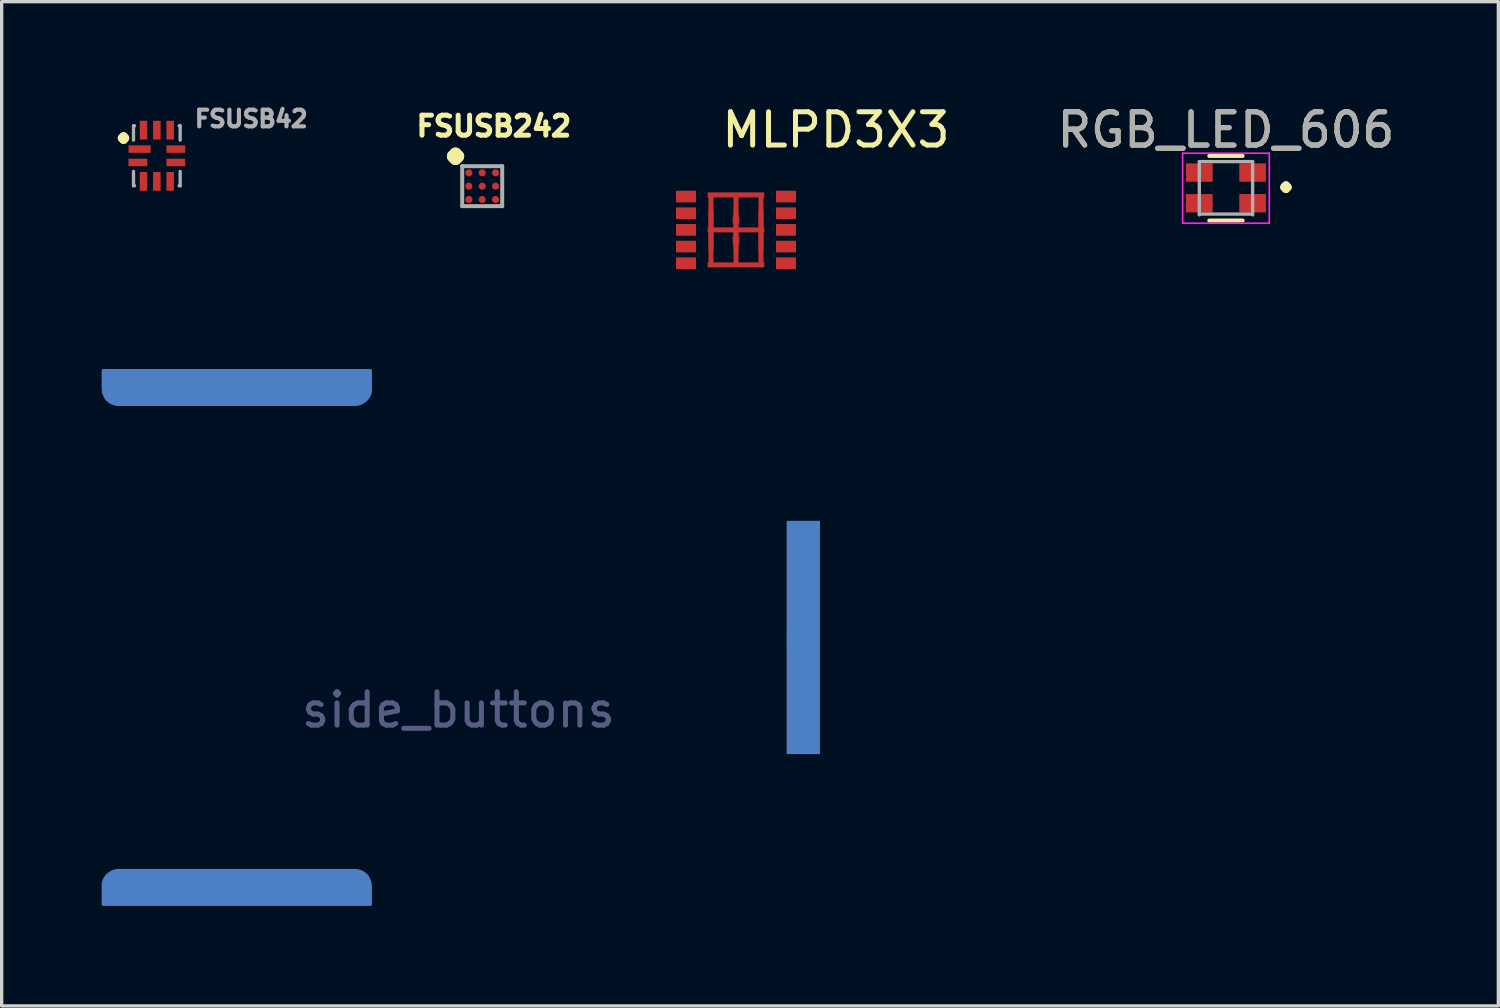
<source format=kicad_pcb>
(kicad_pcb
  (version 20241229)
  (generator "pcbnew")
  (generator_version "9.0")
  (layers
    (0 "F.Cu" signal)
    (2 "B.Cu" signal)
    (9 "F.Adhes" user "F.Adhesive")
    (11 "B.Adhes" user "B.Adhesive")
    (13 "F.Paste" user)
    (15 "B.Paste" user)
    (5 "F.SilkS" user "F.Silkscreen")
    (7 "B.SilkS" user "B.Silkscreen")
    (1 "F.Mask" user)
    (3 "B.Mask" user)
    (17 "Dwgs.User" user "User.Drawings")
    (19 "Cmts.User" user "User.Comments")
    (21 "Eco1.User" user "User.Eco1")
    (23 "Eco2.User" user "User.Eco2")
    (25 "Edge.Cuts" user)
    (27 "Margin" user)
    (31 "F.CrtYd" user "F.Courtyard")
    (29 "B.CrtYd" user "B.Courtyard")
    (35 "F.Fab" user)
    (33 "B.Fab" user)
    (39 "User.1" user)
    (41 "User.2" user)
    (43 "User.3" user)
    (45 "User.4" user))
  (footprint "FSUSB42"
    (layer "F.Cu")
    (at 1.656 1.624)
    (property "Reference" "FSUSB42" (at 2.832 -1.108 0) (layer "F.Fab") (effects (font (size 0.5 0.5) (thickness 0.125))))
    (attr smd)
    (fp_line (start -0.7 -0.9) (end -0.7 -0.47) (stroke (width 0.1) (type solid)) (layer "F.Fab"))
    (fp_line (start -0.7 0.47) (end -0.7 0.9) (stroke (width 0.1) (type solid)) (layer "F.Fab"))
    (fp_line (start -0.7 0.9) (end -0.67 0.9) (stroke (width 0.1) (type solid)) (layer "F.Fab"))
    (fp_line (start -0.67 -0.9) (end -0.7 -0.9) (stroke (width 0.1) (type solid)) (layer "F.Fab"))
    (fp_line (start 0.67 0.9) (end 0.7 0.9) (stroke (width 0.1) (type solid)) (layer "F.Fab"))
    (fp_line (start 0.7 -0.9) (end 0.67 -0.9) (stroke (width 0.1) (type solid)) (layer "F.Fab"))
    (fp_line (start 0.7 -0.47) (end 0.7 -0.9) (stroke (width 0.1) (type solid)) (layer "F.Fab"))
    (fp_line (start 0.7 0.9) (end 0.7 0.47) (stroke (width 0.1) (type solid)) (layer "F.Fab"))
    (fp_text user "·" (at -1 -0.6 0) (layer "F.SilkS") (effects (font (size 1 1) (thickness 0.25))))
    (pad "1" smd rect (at -0.518 -0.2 180) (size 0.663 0.225) (layers "F.Cu" "F.Mask" "F.Paste"))
    (pad "2" smd rect (at -0.569 0.2 180) (size 0.563 0.225) (layers "F.Cu" "F.Mask" "F.Paste"))
    (pad "3" smd rect (at -0.4 0.768 90) (size 0.563 0.225) (layers "F.Cu" "F.Mask" "F.Paste"))
    (pad "4" smd rect (at 0 0.768 90) (size 0.563 0.225) (layers "F.Cu" "F.Mask" "F.Paste"))
    (pad "5" smd rect (at 0.4 0.768 90) (size 0.563 0.225) (layers "F.Cu" "F.Mask" "F.Paste"))
    (pad "6" smd rect (at 0.569 0.2 180) (size 0.563 0.225) (layers "F.Cu" "F.Mask" "F.Paste"))
    (pad "7" smd rect (at 0.569 -0.2 180) (size 0.563 0.225) (layers "F.Cu" "F.Mask" "F.Paste"))
    (pad "8" smd rect (at 0.4 -0.768 90) (size 0.563 0.225) (layers "F.Cu" "F.Mask" "F.Paste"))
    (pad "9" smd rect (at 0 -0.768 90) (size 0.563 0.225) (layers "F.Cu" "F.Mask" "F.Paste"))
    (pad "10" smd rect (at -0.4 -0.768 90) (size 0.563 0.225) (layers "F.Cu" "F.Mask" "F.Paste")))
  (footprint "RGB_LED_606"
    (layer "F.Cu")
    (at 33.736 2.598)
    (property "Reference" "RGB_LED_606" (at 0 -1.75 0) (layer "F.SilkS") (effects (font (size 1 1) (thickness 0.15))))
    (attr smd)
    (fp_line (start 0.5 -0.97) (end -0.5 -0.97) (stroke (width 0.12) (type solid)) (layer "F.SilkS"))
    (fp_line (start 0.5 0.97) (end -0.5 0.97) (stroke (width 0.12) (type solid)) (layer "F.SilkS"))
    (fp_line (start -1.3 -1.05) (end -1.3 1.05) (stroke (width 0.05) (type solid)) (layer "F.CrtYd"))
    (fp_line (start -1.3 -1.05) (end 1.3 -1.05) (stroke (width 0.05) (type solid)) (layer "F.CrtYd"))
    (fp_line (start 1.3 1.05) (end -1.3 1.05) (stroke (width 0.05) (type solid)) (layer "F.CrtYd"))
    (fp_line (start 1.3 1.05) (end 1.3 -1.05) (stroke (width 0.05) (type solid)) (layer "F.CrtYd"))
    (fp_line (start -0.8 -0.8) (end 0.8 -0.8) (stroke (width 0.1) (type solid)) (layer "F.Fab"))
    (fp_line (start -0.8 0.8) (end -0.8 -0.8) (stroke (width 0.1) (type solid)) (layer "F.Fab"))
    (fp_line (start 0.8 -0.8) (end 0.8 0.8) (stroke (width 0.1) (type solid)) (layer "F.Fab"))
    (fp_line (start 0.8 0.775) (end -0.8 0.775) (stroke (width 0.1) (type solid)) (layer "F.Fab"))
    (fp_text user "·" (at 1.8 -0.1 0) (layer "F.SilkS") (effects (font (size 1 1) (thickness 0.25))))
    (fp_text user "${REFERENCE}" (at 0 -1.75 0) (layer "F.Fab") (effects (font (size 1 1) (thickness 0.15))))
    (pad "1" smd rect (at -0.8 0.45) (size 0.8 0.55) (layers "F.Cu" "F.Mask" "F.Paste"))
    (pad "2" smd rect (at -0.8 -0.47) (size 0.8 0.55) (layers "F.Cu" "F.Mask" "F.Paste"))
    (pad "3" smd rect (at 0.8 -0.47) (size 0.8 0.55) (layers "F.Cu" "F.Mask" "F.Paste"))
    (pad "4" smd rect (at 0.8 0.45) (size 0.8 0.55) (layers "F.Cu" "F.Mask" "F.Paste")))
  (footprint "FSUSB242"
    (layer "F.Cu")
    (at 10.619 3.336)
    (property "Reference" "FSUSB242" (at 1.15 -2.6 0) (layer "F.SilkS") (effects (font (size 0.6 0.6) (thickness 0.15))))
    (attr through_hole)
    (fp_line (start 0.2 -1.4) (end 1.4 -1.4) (stroke (width 0.12) (type solid)) (layer "F.Fab"))
    (fp_line (start 0.2 -0.2) (end 0.2 -1.4) (stroke (width 0.12) (type solid)) (layer "F.Fab"))
    (fp_line (start 1.4 -1.4) (end 1.4 -0.2) (stroke (width 0.12) (type solid)) (layer "F.Fab"))
    (fp_line (start 1.4 -0.2) (end 0.2 -0.2) (stroke (width 0.12) (type solid)) (layer "F.Fab"))
    (fp_text user "·" (at 0 -1.8 0) (layer "F.SilkS") (effects (font (size 1.5 1.5) (thickness 0.375))))
    (pad "A1" smd circle (at 0.4 -1.2) (size 0.215 0.215) (layers "F.Cu" "F.Mask" "F.Paste"))
    (pad "A2" smd circle (at 0.8 -1.2) (size 0.215 0.215) (layers "F.Cu" "F.Mask" "F.Paste"))
    (pad "A3" smd circle (at 1.2 -1.2) (size 0.215 0.215) (layers "F.Cu" "F.Mask" "F.Paste"))
    (pad "B1" smd circle (at 0.4 -0.8) (size 0.215 0.215) (layers "F.Cu" "F.Mask" "F.Paste"))
    (pad "B2" smd circle (at 0.8 -0.8) (size 0.215 0.215) (layers "F.Cu" "F.Mask" "F.Paste"))
    (pad "B3" smd circle (at 1.2 -0.8) (size 0.215 0.215) (layers "F.Cu" "F.Mask" "F.Paste"))
    (pad "C1" smd circle (at 0.4 -0.4) (size 0.215 0.215) (layers "F.Cu" "F.Mask" "F.Paste"))
    (pad "C2" smd circle (at 0.8 -0.4) (size 0.215 0.215) (layers "F.Cu" "F.Mask" "F.Paste"))
    (pad "C3" smd circle (at 1.2 -0.4) (size 0.215 0.215) (layers "F.Cu" "F.Mask" "F.Paste")))
  (footprint "MLPD3X3"
    (layer "F.Cu")
    (at 17.534 2.848)
    (property "Reference" "MLPD3X3" (at 4.5 -2 0) (layer "F.SilkS") (effects (font (size 1 1) (thickness 0.15))))
    (attr through_hole)
    (pad "1" smd rect (at 0 0) (size 0.6 0.35) (layers "F.Cu" "F.Mask" "F.Paste"))
    (pad "2" smd rect (at 0 0.5) (size 0.6 0.35) (layers "F.Cu" "F.Mask" "F.Paste"))
    (pad "3" smd rect (at 0 1) (size 0.6 0.35) (layers "F.Cu" "F.Mask" "F.Paste"))
    (pad "4" smd rect (at 0 1.5) (size 0.6 0.35) (layers "F.Cu" "F.Mask" "F.Paste"))
    (pad "5" smd rect (at 0 2) (size 0.6 0.35) (layers "F.Cu" "F.Mask" "F.Paste"))
    (pad "6" smd rect (at 3 2) (size 0.6 0.35) (layers "F.Cu" "F.Mask" "F.Paste"))
    (pad "7" smd rect (at 3 1.5) (size 0.6 0.35) (layers "F.Cu" "F.Mask" "F.Paste"))
    (pad "8" smd rect (at 3 1) (size 0.6 0.35) (layers "F.Cu" "F.Mask" "F.Paste"))
    (pad "9" smd rect (at 3 0.5) (size 0.6 0.35) (layers "F.Cu" "F.Mask" "F.Paste"))
    (pad "10" smd rect (at 3 0) (size 0.6 0.35) (layers "F.Cu" "F.Mask" "F.Paste"))
    (pad "EXP" smd rect (at 0.75 0.75 180) (size 0.15 1.7) (layers "F.Cu" "F.Mask" "F.Paste"))
    (pad "EXP" smd rect (at 0.75 1.25 180) (size 0.15 1.7) (layers "F.Cu" "F.Mask" "F.Paste"))
    (pad "EXP" smd rect (at 1.5 -0.05 90) (size 0.15 1.7) (layers "F.Cu" "F.Mask" "F.Paste"))
    (pad "EXP" smd rect (at 1.5 0.7) (size 0.2 0.2) (layers "F.Cu" "F.Mask" "F.Paste"))
    (pad "EXP" smd rect (at 1.5 0.75 180) (size 0.15 1.7) (layers "F.Cu" "F.Mask" "F.Paste"))
    (pad "EXP" smd rect (at 1.5 1 90) (size 0.15 1.7) (layers "F.Cu" "F.Mask" "F.Paste"))
    (pad "EXP" smd rect (at 1.5 1.25 180) (size 0.15 1.7) (layers "F.Cu" "F.Mask" "F.Paste"))
    (pad "EXP" smd rect (at 1.5 1.3) (size 0.2 0.2) (layers "F.Cu" "F.Mask" "F.Paste"))
    (pad "EXP" smd rect (at 1.5 2.05 90) (size 0.15 1.7) (layers "F.Cu" "F.Mask" "F.Paste"))
    (pad "EXP" smd rect (at 2.25 0.75 180) (size 0.15 1.7) (layers "F.Cu" "F.Mask" "F.Paste"))
    (pad "EXP" smd rect (at 2.25 1.25 180) (size 0.15 1.7) (layers "F.Cu" "F.Mask" "F.Paste")))
  (footprint "side_buttons"
    (layer "F.Cu")
    (at 21.08 16.503)
    (property "Reference" "side_buttons" (at -10.375 1.75 0) (layer "B.Fab") (effects (font (size 1 1) (thickness 0.15))))
    (attr through_hole)
    (fp_poly (pts (xy -21.03 6.95) (xy -21.02 6.91) (xy -21 6.85) (xy -20.97 6.8) (xy -20.93 6.74) (xy -20.89 6.7) (xy -20.84 6.66) (xy -20.77 6.62) (xy -20.71 6.59) (xy -20.66 6.58) (xy -20.6 6.57) (xy -13.46 6.57) (xy -13.39 6.58) (xy -13.32 6.6) (xy -13.27 6.62) (xy -13.22 6.65) (xy -13.18 6.68) (xy -13.11 6.75) (xy -13.06 6.85) (xy -13.03 6.93) (xy -13.02 7.07) (xy -13.02 7.58) (xy -21.03 7.58)) (stroke (width 0.1) (type solid)) (fill yes) (layer "B.Cu"))
    (fp_poly (pts (xy -13.02 -7.8) (xy -13.03 -7.76) (xy -13.05 -7.7) (xy -13.08 -7.65) (xy -13.12 -7.59) (xy -13.16 -7.55) (xy -13.21 -7.51) (xy -13.28 -7.47) (xy -13.34 -7.44) (xy -13.39 -7.43) (xy -13.45 -7.42) (xy -20.59 -7.42) (xy -20.66 -7.43) (xy -20.73 -7.45) (xy -20.78 -7.47) (xy -20.83 -7.5) (xy -20.87 -7.53) (xy -20.94 -7.6) (xy -20.99 -7.7) (xy -21.02 -7.78) (xy -21.03 -7.92) (xy -21.03 -8.43) (xy -13.02 -8.43)) (stroke (width 0.1) (type solid)) (fill yes) (layer "B.Cu"))
    (fp_poly (pts (xy -21.03 6.95) (xy -21.02 6.91) (xy -21 6.85) (xy -20.97 6.8) (xy -20.93 6.74) (xy -20.89 6.7) (xy -20.84 6.66) (xy -20.77 6.62) (xy -20.71 6.59) (xy -20.66 6.58) (xy -20.6 6.57) (xy -13.46 6.57) (xy -13.39 6.58) (xy -13.32 6.6) (xy -13.27 6.62) (xy -13.22 6.65) (xy -13.18 6.68) (xy -13.11 6.75) (xy -13.06 6.85) (xy -13.03 6.93) (xy -13.02 7.07) (xy -13.02 7.58) (xy -21.03 7.58)) (stroke (width 0.1) (type solid)) (fill yes) (layer "B.Mask"))
    (fp_poly (pts (xy -13.02 -7.8) (xy -13.03 -7.76) (xy -13.05 -7.7) (xy -13.08 -7.65) (xy -13.12 -7.59) (xy -13.16 -7.55) (xy -13.21 -7.51) (xy -13.28 -7.47) (xy -13.34 -7.44) (xy -13.39 -7.43) (xy -13.45 -7.42) (xy -20.59 -7.42) (xy -20.66 -7.43) (xy -20.73 -7.45) (xy -20.78 -7.47) (xy -20.83 -7.5) (xy -20.87 -7.53) (xy -20.94 -7.6) (xy -20.99 -7.7) (xy -21.02 -7.78) (xy -21.03 -7.92) (xy -21.03 -8.43) (xy -13.02 -8.43)) (stroke (width 0.1) (type solid)) (fill yes) (layer "B.Mask"))
    (pad "1" smd custom (at -20.34 -7.63 90) (size 0.5 0.5) (layers "B.Cu") (options (anchor rect)) (primitives))
    (pad "2" smd custom (at -20.34 6.78 90) (size 0.5 0.5) (layers "B.Cu") (options (anchor rect)) (primitives))
    (pad "3" smd custom (at -0.27 -0.38 90) (size 0.5 0.5) (layers "B.Cu") (options (anchor rect)) (primitives))
    (pad "3" smd rect (at -0.025 -0.425 90) (size 7 1) (layers "B.Cu" "B.Mask")))
  (gr_rect
    (start -3 -3)
    (end 41.909 27.133)
    (stroke (width 0.1) (type default))
    (fill no)
    (layer "Edge.Cuts")))
</source>
